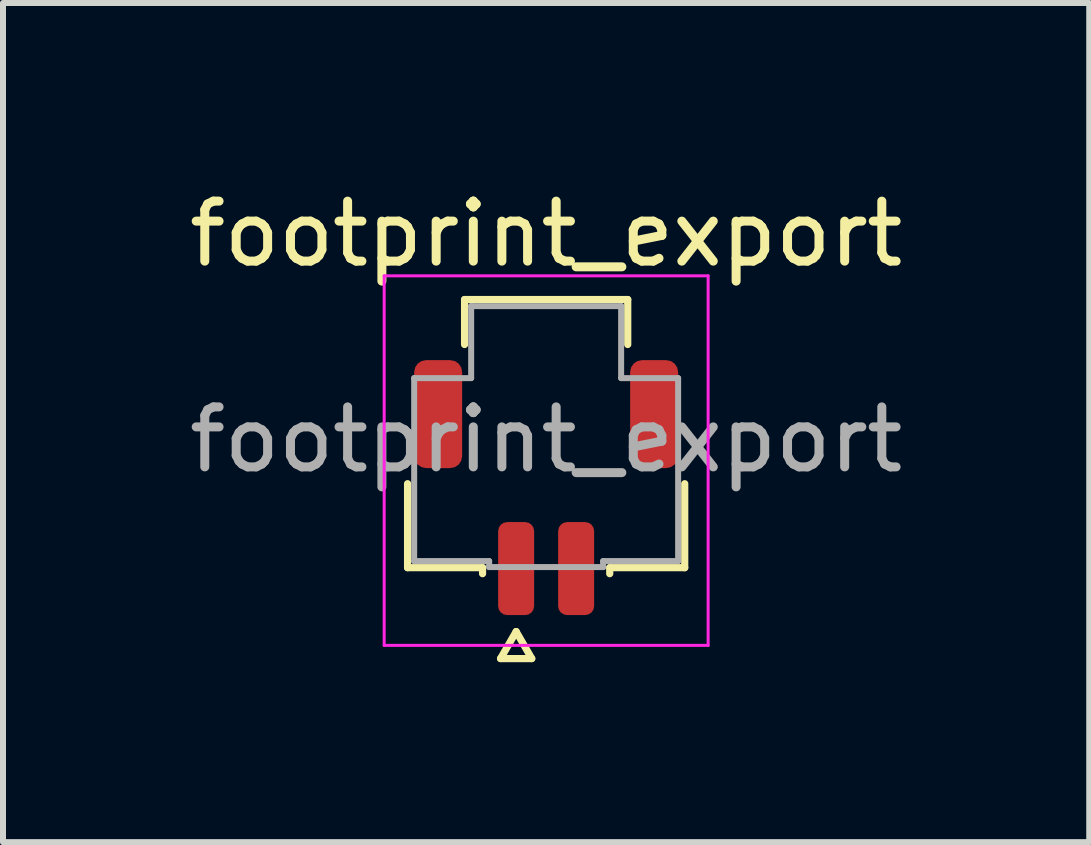
<source format=kicad_pcb>
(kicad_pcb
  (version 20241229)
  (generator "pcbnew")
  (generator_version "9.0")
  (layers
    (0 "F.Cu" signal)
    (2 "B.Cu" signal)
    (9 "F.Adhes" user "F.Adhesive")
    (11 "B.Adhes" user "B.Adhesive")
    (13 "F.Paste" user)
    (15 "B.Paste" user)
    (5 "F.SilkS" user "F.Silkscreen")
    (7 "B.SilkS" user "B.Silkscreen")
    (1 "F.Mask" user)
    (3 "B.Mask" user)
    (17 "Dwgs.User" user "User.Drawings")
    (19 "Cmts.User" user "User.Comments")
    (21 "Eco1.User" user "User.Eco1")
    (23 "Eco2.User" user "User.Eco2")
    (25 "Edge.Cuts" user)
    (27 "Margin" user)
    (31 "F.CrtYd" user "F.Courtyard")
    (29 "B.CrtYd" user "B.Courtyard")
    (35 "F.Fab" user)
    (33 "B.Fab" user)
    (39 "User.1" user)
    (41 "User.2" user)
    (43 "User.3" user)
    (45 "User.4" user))
  (footprint "footprint_export"
    (layer "F.Cu")
    (at 6.054 4.278)
    (property "Reference" "footprint_export" (at 0 -3.43 0) (layer "F.SilkS") (effects (font (size 1 1) (thickness 0.15))))
    (attr smd)
    (fp_line (start -2.31 2.135) (end -2.31 0.735) (stroke (width 0.12) (type solid)) (layer "F.SilkS"))
    (fp_line (start -1.36 -2.335) (end 1.36 -2.335) (stroke (width 0.12) (type solid)) (layer "F.SilkS"))
    (fp_line (start -1.36 -1.585) (end -1.36 -2.335) (stroke (width 0.12) (type solid)) (layer "F.SilkS"))
    (fp_line (start -1.06 2.135) (end -2.31 2.135) (stroke (width 0.12) (type solid)) (layer "F.SilkS"))
    (fp_line (start -1.06 2.235) (end -1.06 2.135) (stroke (width 0.12) (type solid)) (layer "F.SilkS"))
    (fp_line (start -0.76 3.65) (end -0.5 3.2) (stroke (width 0.12) (type solid)) (layer "F.SilkS"))
    (fp_line (start -0.5 3.2) (end -0.24 3.65) (stroke (width 0.12) (type solid)) (layer "F.SilkS"))
    (fp_line (start -0.24 3.65) (end -0.76 3.65) (stroke (width 0.12) (type solid)) (layer "F.SilkS"))
    (fp_line (start 1.06 2.135) (end 1.06 2.235) (stroke (width 0.12) (type solid)) (layer "F.SilkS"))
    (fp_line (start 1.36 -2.335) (end 1.36 -1.585) (stroke (width 0.12) (type solid)) (layer "F.SilkS"))
    (fp_line (start 2.31 0.735) (end 2.31 2.135) (stroke (width 0.12) (type solid)) (layer "F.SilkS"))
    (fp_line (start 2.31 2.135) (end 1.06 2.135) (stroke (width 0.12) (type solid)) (layer "F.SilkS"))
    (fp_line (start -2.7 -2.73) (end -2.7 3.43) (stroke (width 0.05) (type solid)) (layer "F.CrtYd"))
    (fp_line (start -2.7 3.43) (end 2.7 3.43) (stroke (width 0.05) (type solid)) (layer "F.CrtYd"))
    (fp_line (start 2.7 -2.73) (end -2.7 -2.73) (stroke (width 0.05) (type solid)) (layer "F.CrtYd"))
    (fp_line (start 2.7 3.43) (end 2.7 -2.73) (stroke (width 0.05) (type solid)) (layer "F.CrtYd"))
    (fp_line (start -2.2 -1.025) (end -1.25 -1.025) (stroke (width 0.1) (type solid)) (layer "F.Fab"))
    (fp_line (start -2.2 2.025) (end -2.2 -1.025) (stroke (width 0.1) (type solid)) (layer "F.Fab"))
    (fp_line (start -1.25 -2.225) (end 1.25 -2.225) (stroke (width 0.1) (type solid)) (layer "F.Fab"))
    (fp_line (start -1.25 -1.025) (end -1.25 -2.225) (stroke (width 0.1) (type solid)) (layer "F.Fab"))
    (fp_line (start -0.95 2.025) (end -2.2 2.025) (stroke (width 0.1) (type solid)) (layer "F.Fab"))
    (fp_line (start -0.95 2.125) (end -0.95 2.025) (stroke (width 0.1) (type solid)) (layer "F.Fab"))
    (fp_line (start 0.95 2.025) (end 0.95 2.125) (stroke (width 0.1) (type solid)) (layer "F.Fab"))
    (fp_line (start 0.95 2.125) (end -0.95 2.125) (stroke (width 0.1) (type solid)) (layer "F.Fab"))
    (fp_line (start 1.25 -2.225) (end 1.25 -1.025) (stroke (width 0.1) (type solid)) (layer "F.Fab"))
    (fp_line (start 1.25 -1.025) (end 2.2 -1.025) (stroke (width 0.1) (type solid)) (layer "F.Fab"))
    (fp_line (start 2.2 -1.025) (end 2.2 2.025) (stroke (width 0.1) (type solid)) (layer "F.Fab"))
    (fp_line (start 2.2 2.025) (end 0.95 2.025) (stroke (width 0.1) (type solid)) (layer "F.Fab"))
    (fp_text user "${REFERENCE}" (at 0 0 0) (layer "F.Fab") (effects (font (size 1 1) (thickness 0.15))))
    (pad "1" smd roundrect (at -0.5 2.15) (size 0.6 1.55) (layers "F.Cu" "F.Mask" "F.Paste") (roundrect_rratio 0.25))
    (pad "2" smd roundrect (at 0.5 2.15) (size 0.6 1.55) (layers "F.Cu" "F.Mask" "F.Paste") (roundrect_rratio 0.25))
    (pad "MP" smd roundrect (at -1.8 -0.425) (size 0.8 1.8) (layers "F.Cu" "F.Mask" "F.Paste") (roundrect_rratio 0.25))
    (pad "MP" smd roundrect (at 1.8 -0.425) (size 0.8 1.8) (layers "F.Cu" "F.Mask" "F.Paste") (roundrect_rratio 0.25)))
  (gr_rect
    (start -3 -3)
    (end 15.107 10.988)
    (stroke (width 0.1) (type default))
    (fill no)
    (layer "Edge.Cuts")))
</source>
